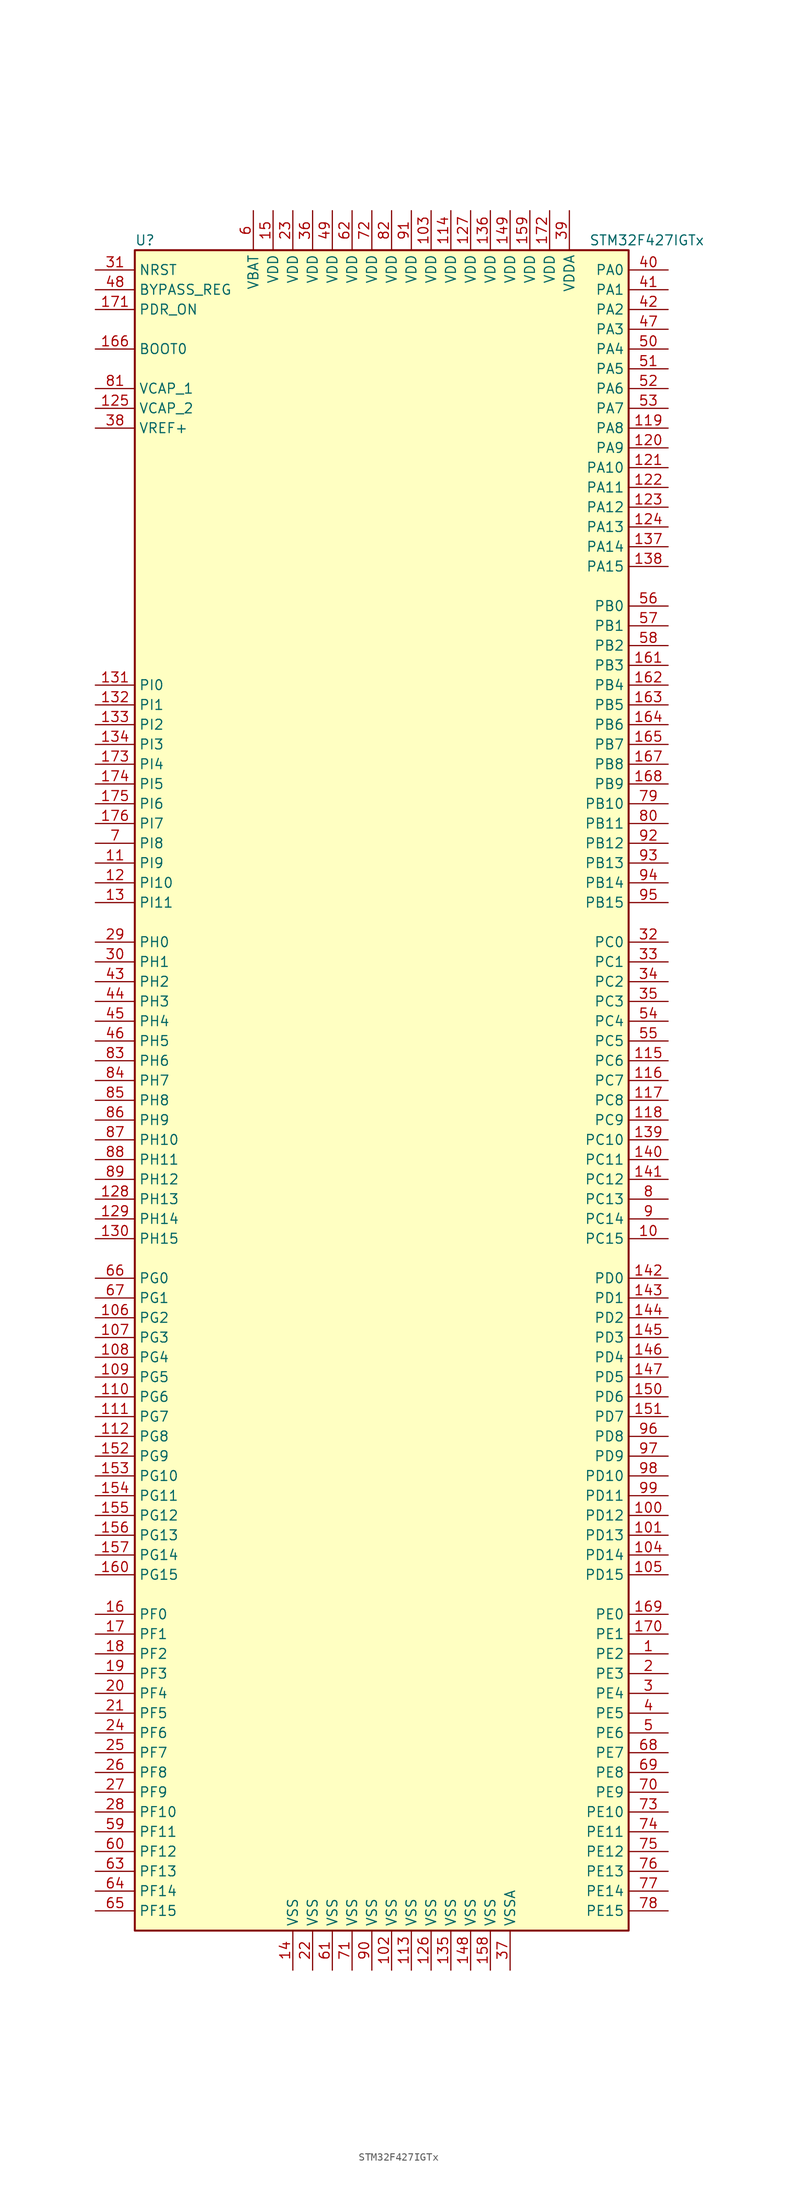
<source format=kicad_sym>
(kicad_symbol_lib
  (version 20201005)
  (generator kicad_symbol_editor)
  (symbol "STM32F427IGTx"
    (property "Reference" "U"
      (at -33.02 107.95 0)
      (effects (font (size 1.27 1.27)) (justify left)))
    (property "Value" "STM32F427IGTx"
      (at 25.4 107.95 0)
      (effects (font (size 1.27 1.27)) (justify left)))
    (symbol "STM32F427IGTx_0_1"
      (rectangle (start -33.02 -109.22) (end 30.48 106.68) (stroke (width 0.254)) (fill (type background))))
    (symbol "STM32F427IGTx_1_1"
      (pin bidirectional line (at 35.56 -73.66 180) (length 5.08) (name "PE2" (effects (font (size 1.27 1.27)))) (number "1" (effects (font (size 1.27 1.27)))))
      (pin bidirectional line (at 35.56 -20.32 180) (length 5.08) (name "PC15" (effects (font (size 1.27 1.27)))) (number "10" (effects (font (size 1.27 1.27)))))
      (pin bidirectional line (at 35.56 -55.88 180) (length 5.08) (name "PD12" (effects (font (size 1.27 1.27)))) (number "100" (effects (font (size 1.27 1.27)))))
      (pin bidirectional line (at 35.56 -58.42 180) (length 5.08) (name "PD13" (effects (font (size 1.27 1.27)))) (number "101" (effects (font (size 1.27 1.27)))))
      (pin power_in line (at 0 -114.3 90) (length 5.08) (name "VSS" (effects (font (size 1.27 1.27)))) (number "102" (effects (font (size 1.27 1.27)))))
      (pin power_in line (at 5.08 111.76 270) (length 5.08) (name "VDD" (effects (font (size 1.27 1.27)))) (number "103" (effects (font (size 1.27 1.27)))))
      (pin bidirectional line (at 35.56 -60.96 180) (length 5.08) (name "PD14" (effects (font (size 1.27 1.27)))) (number "104" (effects (font (size 1.27 1.27)))))
      (pin bidirectional line (at 35.56 -63.5 180) (length 5.08) (name "PD15" (effects (font (size 1.27 1.27)))) (number "105" (effects (font (size 1.27 1.27)))))
      (pin bidirectional line (at -38.1 -30.48 0) (length 5.08) (name "PG2" (effects (font (size 1.27 1.27)))) (number "106" (effects (font (size 1.27 1.27)))))
      (pin bidirectional line (at -38.1 -33.02 0) (length 5.08) (name "PG3" (effects (font (size 1.27 1.27)))) (number "107" (effects (font (size 1.27 1.27)))))
      (pin bidirectional line (at -38.1 -35.56 0) (length 5.08) (name "PG4" (effects (font (size 1.27 1.27)))) (number "108" (effects (font (size 1.27 1.27)))))
      (pin bidirectional line (at -38.1 -38.1 0) (length 5.08) (name "PG5" (effects (font (size 1.27 1.27)))) (number "109" (effects (font (size 1.27 1.27)))))
      (pin bidirectional line (at -38.1 27.94 0) (length 5.08) (name "PI9" (effects (font (size 1.27 1.27)))) (number "11" (effects (font (size 1.27 1.27)))))
      (pin bidirectional line (at -38.1 -40.64 0) (length 5.08) (name "PG6" (effects (font (size 1.27 1.27)))) (number "110" (effects (font (size 1.27 1.27)))))
      (pin bidirectional line (at -38.1 -43.18 0) (length 5.08) (name "PG7" (effects (font (size 1.27 1.27)))) (number "111" (effects (font (size 1.27 1.27)))))
      (pin bidirectional line (at -38.1 -45.72 0) (length 5.08) (name "PG8" (effects (font (size 1.27 1.27)))) (number "112" (effects (font (size 1.27 1.27)))))
      (pin power_in line (at 2.54 -114.3 90) (length 5.08) (name "VSS" (effects (font (size 1.27 1.27)))) (number "113" (effects (font (size 1.27 1.27)))))
      (pin power_in line (at 7.62 111.76 270) (length 5.08) (name "VDD" (effects (font (size 1.27 1.27)))) (number "114" (effects (font (size 1.27 1.27)))))
      (pin bidirectional line (at 35.56 2.54 180) (length 5.08) (name "PC6" (effects (font (size 1.27 1.27)))) (number "115" (effects (font (size 1.27 1.27)))))
      (pin bidirectional line (at 35.56 0 180) (length 5.08) (name "PC7" (effects (font (size 1.27 1.27)))) (number "116" (effects (font (size 1.27 1.27)))))
      (pin bidirectional line (at 35.56 -2.54 180) (length 5.08) (name "PC8" (effects (font (size 1.27 1.27)))) (number "117" (effects (font (size 1.27 1.27)))))
      (pin bidirectional line (at 35.56 -5.08 180) (length 5.08) (name "PC9" (effects (font (size 1.27 1.27)))) (number "118" (effects (font (size 1.27 1.27)))))
      (pin bidirectional line (at 35.56 83.82 180) (length 5.08) (name "PA8" (effects (font (size 1.27 1.27)))) (number "119" (effects (font (size 1.27 1.27)))))
      (pin bidirectional line (at -38.1 25.4 0) (length 5.08) (name "PI10" (effects (font (size 1.27 1.27)))) (number "12" (effects (font (size 1.27 1.27)))))
      (pin bidirectional line (at 35.56 81.28 180) (length 5.08) (name "PA9" (effects (font (size 1.27 1.27)))) (number "120" (effects (font (size 1.27 1.27)))))
      (pin bidirectional line (at 35.56 78.74 180) (length 5.08) (name "PA10" (effects (font (size 1.27 1.27)))) (number "121" (effects (font (size 1.27 1.27)))))
      (pin bidirectional line (at 35.56 76.2 180) (length 5.08) (name "PA11" (effects (font (size 1.27 1.27)))) (number "122" (effects (font (size 1.27 1.27)))))
      (pin bidirectional line (at 35.56 73.66 180) (length 5.08) (name "PA12" (effects (font (size 1.27 1.27)))) (number "123" (effects (font (size 1.27 1.27)))))
      (pin bidirectional line (at 35.56 71.12 180) (length 5.08) (name "PA13" (effects (font (size 1.27 1.27)))) (number "124" (effects (font (size 1.27 1.27)))))
      (pin power_in line (at -38.1 86.36 0) (length 5.08) (name "VCAP_2" (effects (font (size 1.27 1.27)))) (number "125" (effects (font (size 1.27 1.27)))))
      (pin power_in line (at 5.08 -114.3 90) (length 5.08) (name "VSS" (effects (font (size 1.27 1.27)))) (number "126" (effects (font (size 1.27 1.27)))))
      (pin power_in line (at 10.16 111.76 270) (length 5.08) (name "VDD" (effects (font (size 1.27 1.27)))) (number "127" (effects (font (size 1.27 1.27)))))
      (pin bidirectional line (at -38.1 -15.24 0) (length 5.08) (name "PH13" (effects (font (size 1.27 1.27)))) (number "128" (effects (font (size 1.27 1.27)))))
      (pin bidirectional line (at -38.1 -17.78 0) (length 5.08) (name "PH14" (effects (font (size 1.27 1.27)))) (number "129" (effects (font (size 1.27 1.27)))))
      (pin bidirectional line (at -38.1 22.86 0) (length 5.08) (name "PI11" (effects (font (size 1.27 1.27)))) (number "13" (effects (font (size 1.27 1.27)))))
      (pin bidirectional line (at -38.1 -20.32 0) (length 5.08) (name "PH15" (effects (font (size 1.27 1.27)))) (number "130" (effects (font (size 1.27 1.27)))))
      (pin bidirectional line (at -38.1 50.8 0) (length 5.08) (name "PI0" (effects (font (size 1.27 1.27)))) (number "131" (effects (font (size 1.27 1.27)))))
      (pin bidirectional line (at -38.1 48.26 0) (length 5.08) (name "PI1" (effects (font (size 1.27 1.27)))) (number "132" (effects (font (size 1.27 1.27)))))
      (pin bidirectional line (at -38.1 45.72 0) (length 5.08) (name "PI2" (effects (font (size 1.27 1.27)))) (number "133" (effects (font (size 1.27 1.27)))))
      (pin bidirectional line (at -38.1 43.18 0) (length 5.08) (name "PI3" (effects (font (size 1.27 1.27)))) (number "134" (effects (font (size 1.27 1.27)))))
      (pin power_in line (at 7.62 -114.3 90) (length 5.08) (name "VSS" (effects (font (size 1.27 1.27)))) (number "135" (effects (font (size 1.27 1.27)))))
      (pin power_in line (at 12.7 111.76 270) (length 5.08) (name "VDD" (effects (font (size 1.27 1.27)))) (number "136" (effects (font (size 1.27 1.27)))))
      (pin bidirectional line (at 35.56 68.58 180) (length 5.08) (name "PA14" (effects (font (size 1.27 1.27)))) (number "137" (effects (font (size 1.27 1.27)))))
      (pin bidirectional line (at 35.56 66.04 180) (length 5.08) (name "PA15" (effects (font (size 1.27 1.27)))) (number "138" (effects (font (size 1.27 1.27)))))
      (pin bidirectional line (at 35.56 -7.62 180) (length 5.08) (name "PC10" (effects (font (size 1.27 1.27)))) (number "139" (effects (font (size 1.27 1.27)))))
      (pin power_in line (at -12.7 -114.3 90) (length 5.08) (name "VSS" (effects (font (size 1.27 1.27)))) (number "14" (effects (font (size 1.27 1.27)))))
      (pin bidirectional line (at 35.56 -10.16 180) (length 5.08) (name "PC11" (effects (font (size 1.27 1.27)))) (number "140" (effects (font (size 1.27 1.27)))))
      (pin bidirectional line (at 35.56 -12.7 180) (length 5.08) (name "PC12" (effects (font (size 1.27 1.27)))) (number "141" (effects (font (size 1.27 1.27)))))
      (pin bidirectional line (at 35.56 -25.4 180) (length 5.08) (name "PD0" (effects (font (size 1.27 1.27)))) (number "142" (effects (font (size 1.27 1.27)))))
      (pin bidirectional line (at 35.56 -27.94 180) (length 5.08) (name "PD1" (effects (font (size 1.27 1.27)))) (number "143" (effects (font (size 1.27 1.27)))))
      (pin bidirectional line (at 35.56 -30.48 180) (length 5.08) (name "PD2" (effects (font (size 1.27 1.27)))) (number "144" (effects (font (size 1.27 1.27)))))
      (pin bidirectional line (at 35.56 -33.02 180) (length 5.08) (name "PD3" (effects (font (size 1.27 1.27)))) (number "145" (effects (font (size 1.27 1.27)))))
      (pin bidirectional line (at 35.56 -35.56 180) (length 5.08) (name "PD4" (effects (font (size 1.27 1.27)))) (number "146" (effects (font (size 1.27 1.27)))))
      (pin bidirectional line (at 35.56 -38.1 180) (length 5.08) (name "PD5" (effects (font (size 1.27 1.27)))) (number "147" (effects (font (size 1.27 1.27)))))
      (pin power_in line (at 10.16 -114.3 90) (length 5.08) (name "VSS" (effects (font (size 1.27 1.27)))) (number "148" (effects (font (size 1.27 1.27)))))
      (pin power_in line (at 15.24 111.76 270) (length 5.08) (name "VDD" (effects (font (size 1.27 1.27)))) (number "149" (effects (font (size 1.27 1.27)))))
      (pin power_in line (at -15.24 111.76 270) (length 5.08) (name "VDD" (effects (font (size 1.27 1.27)))) (number "15" (effects (font (size 1.27 1.27)))))
      (pin bidirectional line (at 35.56 -40.64 180) (length 5.08) (name "PD6" (effects (font (size 1.27 1.27)))) (number "150" (effects (font (size 1.27 1.27)))))
      (pin bidirectional line (at 35.56 -43.18 180) (length 5.08) (name "PD7" (effects (font (size 1.27 1.27)))) (number "151" (effects (font (size 1.27 1.27)))))
      (pin bidirectional line (at -38.1 -48.26 0) (length 5.08) (name "PG9" (effects (font (size 1.27 1.27)))) (number "152" (effects (font (size 1.27 1.27)))))
      (pin bidirectional line (at -38.1 -50.8 0) (length 5.08) (name "PG10" (effects (font (size 1.27 1.27)))) (number "153" (effects (font (size 1.27 1.27)))))
      (pin bidirectional line (at -38.1 -53.34 0) (length 5.08) (name "PG11" (effects (font (size 1.27 1.27)))) (number "154" (effects (font (size 1.27 1.27)))))
      (pin bidirectional line (at -38.1 -55.88 0) (length 5.08) (name "PG12" (effects (font (size 1.27 1.27)))) (number "155" (effects (font (size 1.27 1.27)))))
      (pin bidirectional line (at -38.1 -58.42 0) (length 5.08) (name "PG13" (effects (font (size 1.27 1.27)))) (number "156" (effects (font (size 1.27 1.27)))))
      (pin bidirectional line (at -38.1 -60.96 0) (length 5.08) (name "PG14" (effects (font (size 1.27 1.27)))) (number "157" (effects (font (size 1.27 1.27)))))
      (pin power_in line (at 12.7 -114.3 90) (length 5.08) (name "VSS" (effects (font (size 1.27 1.27)))) (number "158" (effects (font (size 1.27 1.27)))))
      (pin power_in line (at 17.78 111.76 270) (length 5.08) (name "VDD" (effects (font (size 1.27 1.27)))) (number "159" (effects (font (size 1.27 1.27)))))
      (pin bidirectional line (at -38.1 -68.58 0) (length 5.08) (name "PF0" (effects (font (size 1.27 1.27)))) (number "16" (effects (font (size 1.27 1.27)))))
      (pin bidirectional line (at -38.1 -63.5 0) (length 5.08) (name "PG15" (effects (font (size 1.27 1.27)))) (number "160" (effects (font (size 1.27 1.27)))))
      (pin bidirectional line (at 35.56 53.34 180) (length 5.08) (name "PB3" (effects (font (size 1.27 1.27)))) (number "161" (effects (font (size 1.27 1.27)))))
      (pin bidirectional line (at 35.56 50.8 180) (length 5.08) (name "PB4" (effects (font (size 1.27 1.27)))) (number "162" (effects (font (size 1.27 1.27)))))
      (pin bidirectional line (at 35.56 48.26 180) (length 5.08) (name "PB5" (effects (font (size 1.27 1.27)))) (number "163" (effects (font (size 1.27 1.27)))))
      (pin bidirectional line (at 35.56 45.72 180) (length 5.08) (name "PB6" (effects (font (size 1.27 1.27)))) (number "164" (effects (font (size 1.27 1.27)))))
      (pin bidirectional line (at 35.56 43.18 180) (length 5.08) (name "PB7" (effects (font (size 1.27 1.27)))) (number "165" (effects (font (size 1.27 1.27)))))
      (pin input line (at -38.1 93.98 0) (length 5.08) (name "BOOT0" (effects (font (size 1.27 1.27)))) (number "166" (effects (font (size 1.27 1.27)))))
      (pin bidirectional line (at 35.56 40.64 180) (length 5.08) (name "PB8" (effects (font (size 1.27 1.27)))) (number "167" (effects (font (size 1.27 1.27)))))
      (pin bidirectional line (at 35.56 38.1 180) (length 5.08) (name "PB9" (effects (font (size 1.27 1.27)))) (number "168" (effects (font (size 1.27 1.27)))))
      (pin bidirectional line (at 35.56 -68.58 180) (length 5.08) (name "PE0" (effects (font (size 1.27 1.27)))) (number "169" (effects (font (size 1.27 1.27)))))
      (pin bidirectional line (at -38.1 -71.12 0) (length 5.08) (name "PF1" (effects (font (size 1.27 1.27)))) (number "17" (effects (font (size 1.27 1.27)))))
      (pin bidirectional line (at 35.56 -71.12 180) (length 5.08) (name "PE1" (effects (font (size 1.27 1.27)))) (number "170" (effects (font (size 1.27 1.27)))))
      (pin input line (at -38.1 99.06 0) (length 5.08) (name "PDR_ON" (effects (font (size 1.27 1.27)))) (number "171" (effects (font (size 1.27 1.27)))))
      (pin power_in line (at 20.32 111.76 270) (length 5.08) (name "VDD" (effects (font (size 1.27 1.27)))) (number "172" (effects (font (size 1.27 1.27)))))
      (pin bidirectional line (at -38.1 40.64 0) (length 5.08) (name "PI4" (effects (font (size 1.27 1.27)))) (number "173" (effects (font (size 1.27 1.27)))))
      (pin bidirectional line (at -38.1 38.1 0) (length 5.08) (name "PI5" (effects (font (size 1.27 1.27)))) (number "174" (effects (font (size 1.27 1.27)))))
      (pin bidirectional line (at -38.1 35.56 0) (length 5.08) (name "PI6" (effects (font (size 1.27 1.27)))) (number "175" (effects (font (size 1.27 1.27)))))
      (pin bidirectional line (at -38.1 33.02 0) (length 5.08) (name "PI7" (effects (font (size 1.27 1.27)))) (number "176" (effects (font (size 1.27 1.27)))))
      (pin bidirectional line (at -38.1 -73.66 0) (length 5.08) (name "PF2" (effects (font (size 1.27 1.27)))) (number "18" (effects (font (size 1.27 1.27)))))
      (pin bidirectional line (at -38.1 -76.2 0) (length 5.08) (name "PF3" (effects (font (size 1.27 1.27)))) (number "19" (effects (font (size 1.27 1.27)))))
      (pin bidirectional line (at 35.56 -76.2 180) (length 5.08) (name "PE3" (effects (font (size 1.27 1.27)))) (number "2" (effects (font (size 1.27 1.27)))))
      (pin bidirectional line (at -38.1 -78.74 0) (length 5.08) (name "PF4" (effects (font (size 1.27 1.27)))) (number "20" (effects (font (size 1.27 1.27)))))
      (pin bidirectional line (at -38.1 -81.28 0) (length 5.08) (name "PF5" (effects (font (size 1.27 1.27)))) (number "21" (effects (font (size 1.27 1.27)))))
      (pin power_in line (at -10.16 -114.3 90) (length 5.08) (name "VSS" (effects (font (size 1.27 1.27)))) (number "22" (effects (font (size 1.27 1.27)))))
      (pin power_in line (at -12.7 111.76 270) (length 5.08) (name "VDD" (effects (font (size 1.27 1.27)))) (number "23" (effects (font (size 1.27 1.27)))))
      (pin bidirectional line (at -38.1 -83.82 0) (length 5.08) (name "PF6" (effects (font (size 1.27 1.27)))) (number "24" (effects (font (size 1.27 1.27)))))
      (pin bidirectional line (at -38.1 -86.36 0) (length 5.08) (name "PF7" (effects (font (size 1.27 1.27)))) (number "25" (effects (font (size 1.27 1.27)))))
      (pin bidirectional line (at -38.1 -88.9 0) (length 5.08) (name "PF8" (effects (font (size 1.27 1.27)))) (number "26" (effects (font (size 1.27 1.27)))))
      (pin bidirectional line (at -38.1 -91.44 0) (length 5.08) (name "PF9" (effects (font (size 1.27 1.27)))) (number "27" (effects (font (size 1.27 1.27)))))
      (pin bidirectional line (at -38.1 -93.98 0) (length 5.08) (name "PF10" (effects (font (size 1.27 1.27)))) (number "28" (effects (font (size 1.27 1.27)))))
      (pin input line (at -38.1 17.78 0) (length 5.08) (name "PH0" (effects (font (size 1.27 1.27)))) (number "29" (effects (font (size 1.27 1.27)))))
      (pin bidirectional line (at 35.56 -78.74 180) (length 5.08) (name "PE4" (effects (font (size 1.27 1.27)))) (number "3" (effects (font (size 1.27 1.27)))))
      (pin input line (at -38.1 15.24 0) (length 5.08) (name "PH1" (effects (font (size 1.27 1.27)))) (number "30" (effects (font (size 1.27 1.27)))))
      (pin input line (at -38.1 104.14 0) (length 5.08) (name "NRST" (effects (font (size 1.27 1.27)))) (number "31" (effects (font (size 1.27 1.27)))))
      (pin bidirectional line (at 35.56 17.78 180) (length 5.08) (name "PC0" (effects (font (size 1.27 1.27)))) (number "32" (effects (font (size 1.27 1.27)))))
      (pin bidirectional line (at 35.56 15.24 180) (length 5.08) (name "PC1" (effects (font (size 1.27 1.27)))) (number "33" (effects (font (size 1.27 1.27)))))
      (pin bidirectional line (at 35.56 12.7 180) (length 5.08) (name "PC2" (effects (font (size 1.27 1.27)))) (number "34" (effects (font (size 1.27 1.27)))))
      (pin bidirectional line (at 35.56 10.16 180) (length 5.08) (name "PC3" (effects (font (size 1.27 1.27)))) (number "35" (effects (font (size 1.27 1.27)))))
      (pin power_in line (at -10.16 111.76 270) (length 5.08) (name "VDD" (effects (font (size 1.27 1.27)))) (number "36" (effects (font (size 1.27 1.27)))))
      (pin power_in line (at 15.24 -114.3 90) (length 5.08) (name "VSSA" (effects (font (size 1.27 1.27)))) (number "37" (effects (font (size 1.27 1.27)))))
      (pin power_in line (at -38.1 83.82 0) (length 5.08) (name "VREF+" (effects (font (size 1.27 1.27)))) (number "38" (effects (font (size 1.27 1.27)))))
      (pin power_in line (at 22.86 111.76 270) (length 5.08) (name "VDDA" (effects (font (size 1.27 1.27)))) (number "39" (effects (font (size 1.27 1.27)))))
      (pin bidirectional line (at 35.56 -81.28 180) (length 5.08) (name "PE5" (effects (font (size 1.27 1.27)))) (number "4" (effects (font (size 1.27 1.27)))))
      (pin bidirectional line (at 35.56 104.14 180) (length 5.08) (name "PA0" (effects (font (size 1.27 1.27)))) (number "40" (effects (font (size 1.27 1.27)))))
      (pin bidirectional line (at 35.56 101.6 180) (length 5.08) (name "PA1" (effects (font (size 1.27 1.27)))) (number "41" (effects (font (size 1.27 1.27)))))
      (pin bidirectional line (at 35.56 99.06 180) (length 5.08) (name "PA2" (effects (font (size 1.27 1.27)))) (number "42" (effects (font (size 1.27 1.27)))))
      (pin bidirectional line (at -38.1 12.7 0) (length 5.08) (name "PH2" (effects (font (size 1.27 1.27)))) (number "43" (effects (font (size 1.27 1.27)))))
      (pin bidirectional line (at -38.1 10.16 0) (length 5.08) (name "PH3" (effects (font (size 1.27 1.27)))) (number "44" (effects (font (size 1.27 1.27)))))
      (pin bidirectional line (at -38.1 7.62 0) (length 5.08) (name "PH4" (effects (font (size 1.27 1.27)))) (number "45" (effects (font (size 1.27 1.27)))))
      (pin bidirectional line (at -38.1 5.08 0) (length 5.08) (name "PH5" (effects (font (size 1.27 1.27)))) (number "46" (effects (font (size 1.27 1.27)))))
      (pin bidirectional line (at 35.56 96.52 180) (length 5.08) (name "PA3" (effects (font (size 1.27 1.27)))) (number "47" (effects (font (size 1.27 1.27)))))
      (pin input line (at -38.1 101.6 0) (length 5.08) (name "BYPASS_REG" (effects (font (size 1.27 1.27)))) (number "48" (effects (font (size 1.27 1.27)))))
      (pin power_in line (at -7.62 111.76 270) (length 5.08) (name "VDD" (effects (font (size 1.27 1.27)))) (number "49" (effects (font (size 1.27 1.27)))))
      (pin bidirectional line (at 35.56 -83.82 180) (length 5.08) (name "PE6" (effects (font (size 1.27 1.27)))) (number "5" (effects (font (size 1.27 1.27)))))
      (pin bidirectional line (at 35.56 93.98 180) (length 5.08) (name "PA4" (effects (font (size 1.27 1.27)))) (number "50" (effects (font (size 1.27 1.27)))))
      (pin bidirectional line (at 35.56 91.44 180) (length 5.08) (name "PA5" (effects (font (size 1.27 1.27)))) (number "51" (effects (font (size 1.27 1.27)))))
      (pin bidirectional line (at 35.56 88.9 180) (length 5.08) (name "PA6" (effects (font (size 1.27 1.27)))) (number "52" (effects (font (size 1.27 1.27)))))
      (pin bidirectional line (at 35.56 86.36 180) (length 5.08) (name "PA7" (effects (font (size 1.27 1.27)))) (number "53" (effects (font (size 1.27 1.27)))))
      (pin bidirectional line (at 35.56 7.62 180) (length 5.08) (name "PC4" (effects (font (size 1.27 1.27)))) (number "54" (effects (font (size 1.27 1.27)))))
      (pin bidirectional line (at 35.56 5.08 180) (length 5.08) (name "PC5" (effects (font (size 1.27 1.27)))) (number "55" (effects (font (size 1.27 1.27)))))
      (pin bidirectional line (at 35.56 60.96 180) (length 5.08) (name "PB0" (effects (font (size 1.27 1.27)))) (number "56" (effects (font (size 1.27 1.27)))))
      (pin bidirectional line (at 35.56 58.42 180) (length 5.08) (name "PB1" (effects (font (size 1.27 1.27)))) (number "57" (effects (font (size 1.27 1.27)))))
      (pin bidirectional line (at 35.56 55.88 180) (length 5.08) (name "PB2" (effects (font (size 1.27 1.27)))) (number "58" (effects (font (size 1.27 1.27)))))
      (pin bidirectional line (at -38.1 -96.52 0) (length 5.08) (name "PF11" (effects (font (size 1.27 1.27)))) (number "59" (effects (font (size 1.27 1.27)))))
      (pin power_in line (at -17.78 111.76 270) (length 5.08) (name "VBAT" (effects (font (size 1.27 1.27)))) (number "6" (effects (font (size 1.27 1.27)))))
      (pin bidirectional line (at -38.1 -99.06 0) (length 5.08) (name "PF12" (effects (font (size 1.27 1.27)))) (number "60" (effects (font (size 1.27 1.27)))))
      (pin power_in line (at -7.62 -114.3 90) (length 5.08) (name "VSS" (effects (font (size 1.27 1.27)))) (number "61" (effects (font (size 1.27 1.27)))))
      (pin power_in line (at -5.08 111.76 270) (length 5.08) (name "VDD" (effects (font (size 1.27 1.27)))) (number "62" (effects (font (size 1.27 1.27)))))
      (pin bidirectional line (at -38.1 -101.6 0) (length 5.08) (name "PF13" (effects (font (size 1.27 1.27)))) (number "63" (effects (font (size 1.27 1.27)))))
      (pin bidirectional line (at -38.1 -104.14 0) (length 5.08) (name "PF14" (effects (font (size 1.27 1.27)))) (number "64" (effects (font (size 1.27 1.27)))))
      (pin bidirectional line (at -38.1 -106.68 0) (length 5.08) (name "PF15" (effects (font (size 1.27 1.27)))) (number "65" (effects (font (size 1.27 1.27)))))
      (pin bidirectional line (at -38.1 -25.4 0) (length 5.08) (name "PG0" (effects (font (size 1.27 1.27)))) (number "66" (effects (font (size 1.27 1.27)))))
      (pin bidirectional line (at -38.1 -27.94 0) (length 5.08) (name "PG1" (effects (font (size 1.27 1.27)))) (number "67" (effects (font (size 1.27 1.27)))))
      (pin bidirectional line (at 35.56 -86.36 180) (length 5.08) (name "PE7" (effects (font (size 1.27 1.27)))) (number "68" (effects (font (size 1.27 1.27)))))
      (pin bidirectional line (at 35.56 -88.9 180) (length 5.08) (name "PE8" (effects (font (size 1.27 1.27)))) (number "69" (effects (font (size 1.27 1.27)))))
      (pin bidirectional line (at -38.1 30.48 0) (length 5.08) (name "PI8" (effects (font (size 1.27 1.27)))) (number "7" (effects (font (size 1.27 1.27)))))
      (pin bidirectional line (at 35.56 -91.44 180) (length 5.08) (name "PE9" (effects (font (size 1.27 1.27)))) (number "70" (effects (font (size 1.27 1.27)))))
      (pin power_in line (at -5.08 -114.3 90) (length 5.08) (name "VSS" (effects (font (size 1.27 1.27)))) (number "71" (effects (font (size 1.27 1.27)))))
      (pin power_in line (at -2.54 111.76 270) (length 5.08) (name "VDD" (effects (font (size 1.27 1.27)))) (number "72" (effects (font (size 1.27 1.27)))))
      (pin bidirectional line (at 35.56 -93.98 180) (length 5.08) (name "PE10" (effects (font (size 1.27 1.27)))) (number "73" (effects (font (size 1.27 1.27)))))
      (pin bidirectional line (at 35.56 -96.52 180) (length 5.08) (name "PE11" (effects (font (size 1.27 1.27)))) (number "74" (effects (font (size 1.27 1.27)))))
      (pin bidirectional line (at 35.56 -99.06 180) (length 5.08) (name "PE12" (effects (font (size 1.27 1.27)))) (number "75" (effects (font (size 1.27 1.27)))))
      (pin bidirectional line (at 35.56 -101.6 180) (length 5.08) (name "PE13" (effects (font (size 1.27 1.27)))) (number "76" (effects (font (size 1.27 1.27)))))
      (pin bidirectional line (at 35.56 -104.14 180) (length 5.08) (name "PE14" (effects (font (size 1.27 1.27)))) (number "77" (effects (font (size 1.27 1.27)))))
      (pin bidirectional line (at 35.56 -106.68 180) (length 5.08) (name "PE15" (effects (font (size 1.27 1.27)))) (number "78" (effects (font (size 1.27 1.27)))))
      (pin bidirectional line (at 35.56 35.56 180) (length 5.08) (name "PB10" (effects (font (size 1.27 1.27)))) (number "79" (effects (font (size 1.27 1.27)))))
      (pin bidirectional line (at 35.56 -15.24 180) (length 5.08) (name "PC13" (effects (font (size 1.27 1.27)))) (number "8" (effects (font (size 1.27 1.27)))))
      (pin bidirectional line (at 35.56 33.02 180) (length 5.08) (name "PB11" (effects (font (size 1.27 1.27)))) (number "80" (effects (font (size 1.27 1.27)))))
      (pin power_in line (at -38.1 88.9 0) (length 5.08) (name "VCAP_1" (effects (font (size 1.27 1.27)))) (number "81" (effects (font (size 1.27 1.27)))))
      (pin power_in line (at 0 111.76 270) (length 5.08) (name "VDD" (effects (font (size 1.27 1.27)))) (number "82" (effects (font (size 1.27 1.27)))))
      (pin bidirectional line (at -38.1 2.54 0) (length 5.08) (name "PH6" (effects (font (size 1.27 1.27)))) (number "83" (effects (font (size 1.27 1.27)))))
      (pin bidirectional line (at -38.1 0 0) (length 5.08) (name "PH7" (effects (font (size 1.27 1.27)))) (number "84" (effects (font (size 1.27 1.27)))))
      (pin bidirectional line (at -38.1 -2.54 0) (length 5.08) (name "PH8" (effects (font (size 1.27 1.27)))) (number "85" (effects (font (size 1.27 1.27)))))
      (pin bidirectional line (at -38.1 -5.08 0) (length 5.08) (name "PH9" (effects (font (size 1.27 1.27)))) (number "86" (effects (font (size 1.27 1.27)))))
      (pin bidirectional line (at -38.1 -7.62 0) (length 5.08) (name "PH10" (effects (font (size 1.27 1.27)))) (number "87" (effects (font (size 1.27 1.27)))))
      (pin bidirectional line (at -38.1 -10.16 0) (length 5.08) (name "PH11" (effects (font (size 1.27 1.27)))) (number "88" (effects (font (size 1.27 1.27)))))
      (pin bidirectional line (at -38.1 -12.7 0) (length 5.08) (name "PH12" (effects (font (size 1.27 1.27)))) (number "89" (effects (font (size 1.27 1.27)))))
      (pin bidirectional line (at 35.56 -17.78 180) (length 5.08) (name "PC14" (effects (font (size 1.27 1.27)))) (number "9" (effects (font (size 1.27 1.27)))))
      (pin power_in line (at -2.54 -114.3 90) (length 5.08) (name "VSS" (effects (font (size 1.27 1.27)))) (number "90" (effects (font (size 1.27 1.27)))))
      (pin power_in line (at 2.54 111.76 270) (length 5.08) (name "VDD" (effects (font (size 1.27 1.27)))) (number "91" (effects (font (size 1.27 1.27)))))
      (pin bidirectional line (at 35.56 30.48 180) (length 5.08) (name "PB12" (effects (font (size 1.27 1.27)))) (number "92" (effects (font (size 1.27 1.27)))))
      (pin bidirectional line (at 35.56 27.94 180) (length 5.08) (name "PB13" (effects (font (size 1.27 1.27)))) (number "93" (effects (font (size 1.27 1.27)))))
      (pin bidirectional line (at 35.56 25.4 180) (length 5.08) (name "PB14" (effects (font (size 1.27 1.27)))) (number "94" (effects (font (size 1.27 1.27)))))
      (pin bidirectional line (at 35.56 22.86 180) (length 5.08) (name "PB15" (effects (font (size 1.27 1.27)))) (number "95" (effects (font (size 1.27 1.27)))))
      (pin bidirectional line (at 35.56 -45.72 180) (length 5.08) (name "PD8" (effects (font (size 1.27 1.27)))) (number "96" (effects (font (size 1.27 1.27)))))
      (pin bidirectional line (at 35.56 -48.26 180) (length 5.08) (name "PD9" (effects (font (size 1.27 1.27)))) (number "97" (effects (font (size 1.27 1.27)))))
      (pin bidirectional line (at 35.56 -50.8 180) (length 5.08) (name "PD10" (effects (font (size 1.27 1.27)))) (number "98" (effects (font (size 1.27 1.27)))))
      (pin bidirectional line (at 35.56 -53.34 180) (length 5.08) (name "PD11" (effects (font (size 1.27 1.27)))) (number "99" (effects (font (size 1.27 1.27))))))))
</source>
